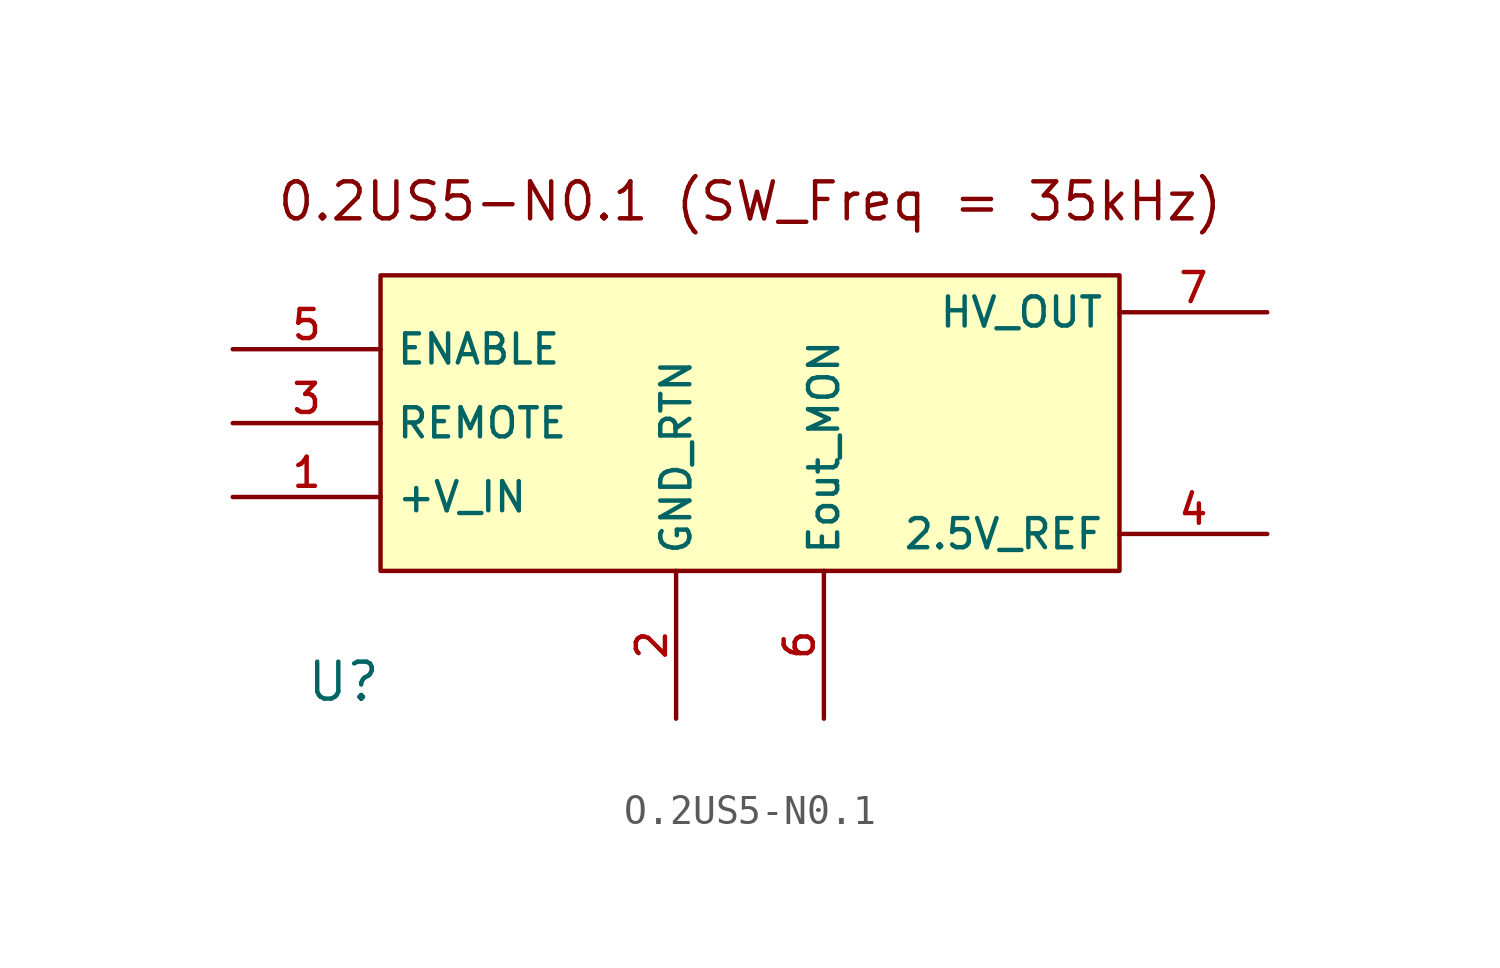
<source format=kicad_sym>
(kicad_symbol_lib
  (version 20220914)
  (generator kicad_symbol_editor)
  (symbol "O.2US5-N0.1"
    (property "Reference" "U"
      (at -1.27 -3.81 0)
      (effects (font (size 1.27 1.27))))
    (property "Value" ""
      (at 0 0 0)
      (effects (font (size 1.27 1.27))))
    (symbol "O.2US5-N0.1_0_1"
      (rectangle (start 0 10.16) (end 25.4 0) (stroke (width 0) (type default)) (fill (type background)))
      (text "0.2US5-N0.1 (SW_Freq = 35kHz)" (at 12.7 12.7 0) (effects (font (size 1.27 1.27)))))
    (symbol "O.2US5-N0.1_1_1"
      (pin power_in line (at -5.08 2.54 0) (length 5.08) (name "+V_IN" (effects (font (size 1 1)))) (number "1" (effects (font (size 1 1)))))
      (pin power_in line (at 10.16 -5.08 90) (length 5.08) (name "GND_RTN" (effects (font (size 1 1)))) (number "2" (effects (font (size 1 1)))))
      (pin input line (at -5.08 5.08 0) (length 5.08) (name "REMOTE" (effects (font (size 1 1)))) (number "3" (effects (font (size 1 1)))))
      (pin output line (at 30.48 1.27 180) (length 5.08) (name "2.5V_REF" (effects (font (size 1 1)))) (number "4" (effects (font (size 1 1)))))
      (pin input line (at -5.08 7.62 0) (length 5.08) (name "ENABLE" (effects (font (size 1 1)))) (number "5" (effects (font (size 1 1)))))
      (pin output line (at 15.24 -5.08 90) (length 5.08) (name "Eout_MON" (effects (font (size 1 1)))) (number "6" (effects (font (size 1 1)))))
      (pin output line (at 30.48 8.89 180) (length 5.08) (name "HV_OUT" (effects (font (size 1 1)))) (number "7" (effects (font (size 1 1))))))))
</source>
